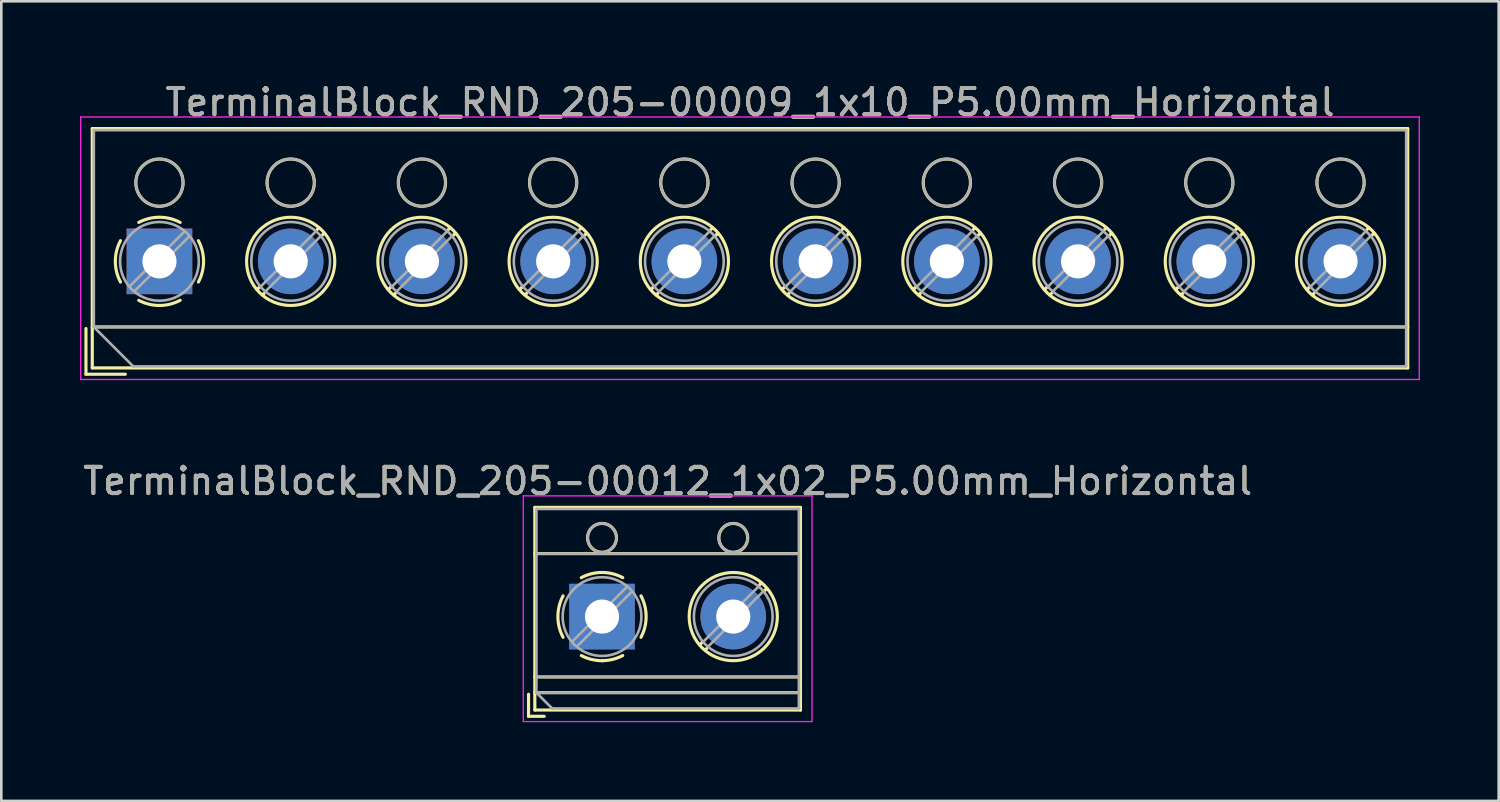
<source format=kicad_pcb>
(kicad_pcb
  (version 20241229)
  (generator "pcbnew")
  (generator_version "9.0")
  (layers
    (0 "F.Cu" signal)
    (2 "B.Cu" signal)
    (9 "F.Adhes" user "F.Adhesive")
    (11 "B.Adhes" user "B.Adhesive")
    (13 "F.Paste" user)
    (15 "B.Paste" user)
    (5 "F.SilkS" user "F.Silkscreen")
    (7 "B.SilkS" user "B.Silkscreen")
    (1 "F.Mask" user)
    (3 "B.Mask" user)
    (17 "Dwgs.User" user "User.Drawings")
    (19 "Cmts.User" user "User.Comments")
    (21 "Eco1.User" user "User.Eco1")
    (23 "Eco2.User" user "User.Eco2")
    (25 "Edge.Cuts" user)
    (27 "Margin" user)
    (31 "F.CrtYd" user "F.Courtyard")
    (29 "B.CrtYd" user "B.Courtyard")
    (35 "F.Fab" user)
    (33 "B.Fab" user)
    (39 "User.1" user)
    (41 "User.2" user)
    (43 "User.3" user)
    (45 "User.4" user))
  (footprint "TerminalBlock_RND_205-00012_1x02_P5.00mm_Horizontal"
    (layer "F.Cu")
    (at 19.887 20.442)
    (property "Reference" "TerminalBlock_RND_205-00012_1x02_P5.00mm_Horizontal" (at 2.5 -5.16 0) (layer "F.SilkS") (effects (font (size 1 1) (thickness 0.15))))
    (attr through_hole)
    (fp_line (start -2.8 2.96) (end -2.8 3.8) (stroke (width 0.12) (type solid)) (layer "F.SilkS"))
    (fp_line (start -2.8 3.8) (end -2.2 3.8) (stroke (width 0.12) (type solid)) (layer "F.SilkS"))
    (fp_line (start -2.56 -4.16) (end -2.56 3.561) (stroke (width 0.12) (type solid)) (layer "F.SilkS"))
    (fp_line (start -2.56 -4.16) (end 7.56 -4.16) (stroke (width 0.12) (type solid)) (layer "F.SilkS"))
    (fp_line (start -2.56 -2.4) (end 7.56 -2.4) (stroke (width 0.12) (type solid)) (layer "F.SilkS"))
    (fp_line (start -2.56 2.3) (end 7.56 2.3) (stroke (width 0.12) (type solid)) (layer "F.SilkS"))
    (fp_line (start -2.56 2.9) (end 7.56 2.9) (stroke (width 0.12) (type solid)) (layer "F.SilkS"))
    (fp_line (start -2.56 3.561) (end 7.56 3.561) (stroke (width 0.12) (type solid)) (layer "F.SilkS"))
    (fp_line (start 3.82 0.976) (end 3.726 1.069) (stroke (width 0.12) (type solid)) (layer "F.SilkS"))
    (fp_line (start 3.99 1.216) (end 3.931 1.274) (stroke (width 0.12) (type solid)) (layer "F.SilkS"))
    (fp_line (start 6.07 -1.275) (end 6.011 -1.216) (stroke (width 0.12) (type solid)) (layer "F.SilkS"))
    (fp_line (start 6.275 -1.069) (end 6.181 -0.976) (stroke (width 0.12) (type solid)) (layer "F.SilkS"))
    (fp_line (start 7.56 -4.16) (end 7.56 3.561) (stroke (width 0.12) (type solid)) (layer "F.SilkS"))
    (fp_arc (start -1.483953 0.789089) (mid -1.680708 0.00005) (end -1.484 -0.789) (stroke (width 0.12) (type solid)) (layer "F.SilkS"))
    (fp_arc (start -0.789089 -1.483953) (mid -0.00005 -1.680708) (end 0.789 -1.484) (stroke (width 0.12) (type solid)) (layer "F.SilkS"))
    (fp_arc (start 0.029383 1.68045) (mid -0.392304 1.634281) (end -0.789 1.484) (stroke (width 0.12) (type solid)) (layer "F.SilkS"))
    (fp_arc (start 0.788712 1.483352) (mid 0.406429 1.630097) (end 0 1.68) (stroke (width 0.12) (type solid)) (layer "F.SilkS"))
    (fp_arc (start 1.483953 -0.789089) (mid 1.680708 -0.00005) (end 1.484 0.789) (stroke (width 0.12) (type solid)) (layer "F.SilkS"))
    (fp_circle (center 0 -3) (end 0.55 -3) (stroke (width 0.12) (type solid)) (fill no) (layer "F.SilkS"))
    (fp_circle (center 5 -3) (end 5.55 -3) (stroke (width 0.12) (type solid)) (fill no) (layer "F.SilkS"))
    (fp_circle (center 5 0) (end 6.68 0) (stroke (width 0.12) (type solid)) (fill no) (layer "F.SilkS"))
    (fp_line (start -3 -4.6) (end -3 4) (stroke (width 0.05) (type solid)) (layer "F.CrtYd"))
    (fp_line (start -3 4) (end 8 4) (stroke (width 0.05) (type solid)) (layer "F.CrtYd"))
    (fp_line (start 8 -4.6) (end -3 -4.6) (stroke (width 0.05) (type solid)) (layer "F.CrtYd"))
    (fp_line (start 8 4) (end 8 -4.6) (stroke (width 0.05) (type solid)) (layer "F.CrtYd"))
    (fp_line (start -2.5 -4.1) (end 7.5 -4.1) (stroke (width 0.1) (type solid)) (layer "F.Fab"))
    (fp_line (start -2.5 -2.4) (end 7.5 -2.4) (stroke (width 0.1) (type solid)) (layer "F.Fab"))
    (fp_line (start -2.5 2.3) (end 7.5 2.3) (stroke (width 0.1) (type solid)) (layer "F.Fab"))
    (fp_line (start -2.5 2.9) (end -2.5 -4.1) (stroke (width 0.1) (type solid)) (layer "F.Fab"))
    (fp_line (start -2.5 2.9) (end 7.5 2.9) (stroke (width 0.1) (type solid)) (layer "F.Fab"))
    (fp_line (start -1.9 3.5) (end -2.5 2.9) (stroke (width 0.1) (type solid)) (layer "F.Fab"))
    (fp_line (start 0.955 -1.138) (end -1.138 0.955) (stroke (width 0.1) (type solid)) (layer "F.Fab"))
    (fp_line (start 1.138 -0.955) (end -0.955 1.138) (stroke (width 0.1) (type solid)) (layer "F.Fab"))
    (fp_line (start 5.955 -1.138) (end 3.863 0.955) (stroke (width 0.1) (type solid)) (layer "F.Fab"))
    (fp_line (start 6.138 -0.955) (end 4.046 1.138) (stroke (width 0.1) (type solid)) (layer "F.Fab"))
    (fp_line (start 7.5 -4.1) (end 7.5 3.5) (stroke (width 0.1) (type solid)) (layer "F.Fab"))
    (fp_line (start 7.5 3.5) (end -1.9 3.5) (stroke (width 0.1) (type solid)) (layer "F.Fab"))
    (fp_circle (center 0 -3) (end 0.55 -3) (stroke (width 0.1) (type solid)) (fill no) (layer "F.Fab"))
    (fp_circle (center 0 0) (end 1.5 0) (stroke (width 0.1) (type solid)) (fill no) (layer "F.Fab"))
    (fp_circle (center 5 -3) (end 5.55 -3) (stroke (width 0.1) (type solid)) (fill no) (layer "F.Fab"))
    (fp_circle (center 5 0) (end 6.5 0) (stroke (width 0.1) (type solid)) (fill no) (layer "F.Fab"))
    (fp_text user "${REFERENCE}" (at 2.5 -5.16 0) (layer "F.Fab") (effects (font (size 1 1) (thickness 0.15))))
    (pad "1" thru_hole rect (at 0 0) (size 2.5 2.5) (drill 1.3) (layers "*.Cu" "*.Mask"))
    (pad "2" thru_hole circle (at 5 0) (size 2.5 2.5) (drill 1.3) (layers "*.Cu" "*.Mask")))
  (footprint "TerminalBlock_RND_205-00009_1x10_P5.00mm_Horizontal"
    (layer "F.Cu")
    (at 3.025 6.908)
    (property "Reference" "TerminalBlock_RND_205-00009_1x10_P5.00mm_Horizontal" (at 22.5 -6.06 0) (layer "F.SilkS") (effects (font (size 1 1) (thickness 0.15))))
    (attr through_hole)
    (fp_line (start -2.8 2.56) (end -2.8 4.3) (stroke (width 0.12) (type solid)) (layer "F.SilkS"))
    (fp_line (start -2.8 4.3) (end -1.3 4.3) (stroke (width 0.12) (type solid)) (layer "F.SilkS"))
    (fp_line (start -2.56 -5.06) (end -2.56 4.06) (stroke (width 0.12) (type solid)) (layer "F.SilkS"))
    (fp_line (start -2.56 -5.06) (end 47.56 -5.06) (stroke (width 0.12) (type solid)) (layer "F.SilkS"))
    (fp_line (start -2.56 2.5) (end 47.56 2.5) (stroke (width 0.12) (type solid)) (layer "F.SilkS"))
    (fp_line (start -2.56 4.06) (end 47.56 4.06) (stroke (width 0.12) (type solid)) (layer "F.SilkS"))
    (fp_line (start 3.82 0.976) (end 3.726 1.069) (stroke (width 0.12) (type solid)) (layer "F.SilkS"))
    (fp_line (start 3.99 1.216) (end 3.931 1.274) (stroke (width 0.12) (type solid)) (layer "F.SilkS"))
    (fp_line (start 6.07 -1.275) (end 6.011 -1.216) (stroke (width 0.12) (type solid)) (layer "F.SilkS"))
    (fp_line (start 6.275 -1.069) (end 6.181 -0.976) (stroke (width 0.12) (type solid)) (layer "F.SilkS"))
    (fp_line (start 8.82 0.976) (end 8.726 1.069) (stroke (width 0.12) (type solid)) (layer "F.SilkS"))
    (fp_line (start 8.99 1.216) (end 8.931 1.274) (stroke (width 0.12) (type solid)) (layer "F.SilkS"))
    (fp_line (start 11.07 -1.275) (end 11.011 -1.216) (stroke (width 0.12) (type solid)) (layer "F.SilkS"))
    (fp_line (start 11.275 -1.069) (end 11.181 -0.976) (stroke (width 0.12) (type solid)) (layer "F.SilkS"))
    (fp_line (start 13.82 0.976) (end 13.726 1.069) (stroke (width 0.12) (type solid)) (layer "F.SilkS"))
    (fp_line (start 13.99 1.216) (end 13.931 1.274) (stroke (width 0.12) (type solid)) (layer "F.SilkS"))
    (fp_line (start 16.07 -1.275) (end 16.011 -1.216) (stroke (width 0.12) (type solid)) (layer "F.SilkS"))
    (fp_line (start 16.275 -1.069) (end 16.181 -0.976) (stroke (width 0.12) (type solid)) (layer "F.SilkS"))
    (fp_line (start 18.82 0.976) (end 18.726 1.069) (stroke (width 0.12) (type solid)) (layer "F.SilkS"))
    (fp_line (start 18.99 1.216) (end 18.931 1.274) (stroke (width 0.12) (type solid)) (layer "F.SilkS"))
    (fp_line (start 21.07 -1.275) (end 21.011 -1.216) (stroke (width 0.12) (type solid)) (layer "F.SilkS"))
    (fp_line (start 21.275 -1.069) (end 21.181 -0.976) (stroke (width 0.12) (type solid)) (layer "F.SilkS"))
    (fp_line (start 23.82 0.976) (end 23.726 1.069) (stroke (width 0.12) (type solid)) (layer "F.SilkS"))
    (fp_line (start 23.99 1.216) (end 23.931 1.274) (stroke (width 0.12) (type solid)) (layer "F.SilkS"))
    (fp_line (start 26.07 -1.275) (end 26.011 -1.216) (stroke (width 0.12) (type solid)) (layer "F.SilkS"))
    (fp_line (start 26.275 -1.069) (end 26.181 -0.976) (stroke (width 0.12) (type solid)) (layer "F.SilkS"))
    (fp_line (start 28.82 0.976) (end 28.726 1.069) (stroke (width 0.12) (type solid)) (layer "F.SilkS"))
    (fp_line (start 28.99 1.216) (end 28.931 1.274) (stroke (width 0.12) (type solid)) (layer "F.SilkS"))
    (fp_line (start 31.07 -1.275) (end 31.011 -1.216) (stroke (width 0.12) (type solid)) (layer "F.SilkS"))
    (fp_line (start 31.275 -1.069) (end 31.181 -0.976) (stroke (width 0.12) (type solid)) (layer "F.SilkS"))
    (fp_line (start 33.82 0.976) (end 33.726 1.069) (stroke (width 0.12) (type solid)) (layer "F.SilkS"))
    (fp_line (start 33.99 1.216) (end 33.931 1.274) (stroke (width 0.12) (type solid)) (layer "F.SilkS"))
    (fp_line (start 36.07 -1.275) (end 36.011 -1.216) (stroke (width 0.12) (type solid)) (layer "F.SilkS"))
    (fp_line (start 36.275 -1.069) (end 36.181 -0.976) (stroke (width 0.12) (type solid)) (layer "F.SilkS"))
    (fp_line (start 38.82 0.976) (end 38.726 1.069) (stroke (width 0.12) (type solid)) (layer "F.SilkS"))
    (fp_line (start 38.99 1.216) (end 38.931 1.274) (stroke (width 0.12) (type solid)) (layer "F.SilkS"))
    (fp_line (start 41.07 -1.275) (end 41.011 -1.216) (stroke (width 0.12) (type solid)) (layer "F.SilkS"))
    (fp_line (start 41.275 -1.069) (end 41.181 -0.976) (stroke (width 0.12) (type solid)) (layer "F.SilkS"))
    (fp_line (start 43.82 0.976) (end 43.726 1.069) (stroke (width 0.12) (type solid)) (layer "F.SilkS"))
    (fp_line (start 43.99 1.216) (end 43.931 1.274) (stroke (width 0.12) (type solid)) (layer "F.SilkS"))
    (fp_line (start 46.07 -1.275) (end 46.011 -1.216) (stroke (width 0.12) (type solid)) (layer "F.SilkS"))
    (fp_line (start 46.275 -1.069) (end 46.181 -0.976) (stroke (width 0.12) (type solid)) (layer "F.SilkS"))
    (fp_line (start 47.56 -5.06) (end 47.56 4.06) (stroke (width 0.12) (type solid)) (layer "F.SilkS"))
    (fp_arc (start -1.483953 0.789089) (mid -1.680708 0.00005) (end -1.484 -0.789) (stroke (width 0.12) (type solid)) (layer "F.SilkS"))
    (fp_arc (start -0.789089 -1.483953) (mid -0.00005 -1.680708) (end 0.789 -1.484) (stroke (width 0.12) (type solid)) (layer "F.SilkS"))
    (fp_arc (start 0.029383 1.68045) (mid -0.392304 1.634281) (end -0.789 1.484) (stroke (width 0.12) (type solid)) (layer "F.SilkS"))
    (fp_arc (start 0.788712 1.483352) (mid 0.406429 1.630097) (end 0 1.68) (stroke (width 0.12) (type solid)) (layer "F.SilkS"))
    (fp_arc (start 1.483953 -0.789089) (mid 1.680708 -0.00005) (end 1.484 0.789) (stroke (width 0.12) (type solid)) (layer "F.SilkS"))
    (fp_circle (center 0 -3) (end 0.9 -3) (stroke (width 0.12) (type solid)) (fill no) (layer "F.SilkS"))
    (fp_circle (center 5 -3) (end 5.9 -3) (stroke (width 0.12) (type solid)) (fill no) (layer "F.SilkS"))
    (fp_circle (center 5 0) (end 6.68 0) (stroke (width 0.12) (type solid)) (fill no) (layer "F.SilkS"))
    (fp_circle (center 10 -3) (end 10.9 -3) (stroke (width 0.12) (type solid)) (fill no) (layer "F.SilkS"))
    (fp_circle (center 10 0) (end 11.68 0) (stroke (width 0.12) (type solid)) (fill no) (layer "F.SilkS"))
    (fp_circle (center 15 -3) (end 15.9 -3) (stroke (width 0.12) (type solid)) (fill no) (layer "F.SilkS"))
    (fp_circle (center 15 0) (end 16.68 0) (stroke (width 0.12) (type solid)) (fill no) (layer "F.SilkS"))
    (fp_circle (center 20 -3) (end 20.9 -3) (stroke (width 0.12) (type solid)) (fill no) (layer "F.SilkS"))
    (fp_circle (center 20 0) (end 21.68 0) (stroke (width 0.12) (type solid)) (fill no) (layer "F.SilkS"))
    (fp_circle (center 25 -3) (end 25.9 -3) (stroke (width 0.12) (type solid)) (fill no) (layer "F.SilkS"))
    (fp_circle (center 25 0) (end 26.68 0) (stroke (width 0.12) (type solid)) (fill no) (layer "F.SilkS"))
    (fp_circle (center 30 -3) (end 30.9 -3) (stroke (width 0.12) (type solid)) (fill no) (layer "F.SilkS"))
    (fp_circle (center 30 0) (end 31.68 0) (stroke (width 0.12) (type solid)) (fill no) (layer "F.SilkS"))
    (fp_circle (center 35 -3) (end 35.9 -3) (stroke (width 0.12) (type solid)) (fill no) (layer "F.SilkS"))
    (fp_circle (center 35 0) (end 36.68 0) (stroke (width 0.12) (type solid)) (fill no) (layer "F.SilkS"))
    (fp_circle (center 40 -3) (end 40.9 -3) (stroke (width 0.12) (type solid)) (fill no) (layer "F.SilkS"))
    (fp_circle (center 40 0) (end 41.68 0) (stroke (width 0.12) (type solid)) (fill no) (layer "F.SilkS"))
    (fp_circle (center 45 -3) (end 45.9 -3) (stroke (width 0.12) (type solid)) (fill no) (layer "F.SilkS"))
    (fp_circle (center 45 0) (end 46.68 0) (stroke (width 0.12) (type solid)) (fill no) (layer "F.SilkS"))
    (fp_line (start -3 -5.5) (end -3 4.5) (stroke (width 0.05) (type solid)) (layer "F.CrtYd"))
    (fp_line (start -3 4.5) (end 48 4.5) (stroke (width 0.05) (type solid)) (layer "F.CrtYd"))
    (fp_line (start 48 -5.5) (end -3 -5.5) (stroke (width 0.05) (type solid)) (layer "F.CrtYd"))
    (fp_line (start 48 4.5) (end 48 -5.5) (stroke (width 0.05) (type solid)) (layer "F.CrtYd"))
    (fp_line (start -2.5 -5) (end 47.5 -5) (stroke (width 0.1) (type solid)) (layer "F.Fab"))
    (fp_line (start -2.5 2.5) (end -2.5 -5) (stroke (width 0.1) (type solid)) (layer "F.Fab"))
    (fp_line (start -2.5 2.5) (end 47.5 2.5) (stroke (width 0.1) (type solid)) (layer "F.Fab"))
    (fp_line (start -1 4) (end -2.5 2.5) (stroke (width 0.1) (type solid)) (layer "F.Fab"))
    (fp_line (start 0.955 -1.138) (end -1.138 0.955) (stroke (width 0.1) (type solid)) (layer "F.Fab"))
    (fp_line (start 1.138 -0.955) (end -0.955 1.138) (stroke (width 0.1) (type solid)) (layer "F.Fab"))
    (fp_line (start 5.955 -1.138) (end 3.863 0.955) (stroke (width 0.1) (type solid)) (layer "F.Fab"))
    (fp_line (start 6.138 -0.955) (end 4.046 1.138) (stroke (width 0.1) (type solid)) (layer "F.Fab"))
    (fp_line (start 10.955 -1.138) (end 8.863 0.955) (stroke (width 0.1) (type solid)) (layer "F.Fab"))
    (fp_line (start 11.138 -0.955) (end 9.046 1.138) (stroke (width 0.1) (type solid)) (layer "F.Fab"))
    (fp_line (start 15.955 -1.138) (end 13.863 0.955) (stroke (width 0.1) (type solid)) (layer "F.Fab"))
    (fp_line (start 16.138 -0.955) (end 14.046 1.138) (stroke (width 0.1) (type solid)) (layer "F.Fab"))
    (fp_line (start 20.955 -1.138) (end 18.863 0.955) (stroke (width 0.1) (type solid)) (layer "F.Fab"))
    (fp_line (start 21.138 -0.955) (end 19.046 1.138) (stroke (width 0.1) (type solid)) (layer "F.Fab"))
    (fp_line (start 25.955 -1.138) (end 23.863 0.955) (stroke (width 0.1) (type solid)) (layer "F.Fab"))
    (fp_line (start 26.138 -0.955) (end 24.046 1.138) (stroke (width 0.1) (type solid)) (layer "F.Fab"))
    (fp_line (start 30.955 -1.138) (end 28.863 0.955) (stroke (width 0.1) (type solid)) (layer "F.Fab"))
    (fp_line (start 31.138 -0.955) (end 29.046 1.138) (stroke (width 0.1) (type solid)) (layer "F.Fab"))
    (fp_line (start 35.955 -1.138) (end 33.863 0.955) (stroke (width 0.1) (type solid)) (layer "F.Fab"))
    (fp_line (start 36.138 -0.955) (end 34.046 1.138) (stroke (width 0.1) (type solid)) (layer "F.Fab"))
    (fp_line (start 40.955 -1.138) (end 38.863 0.955) (stroke (width 0.1) (type solid)) (layer "F.Fab"))
    (fp_line (start 41.138 -0.955) (end 39.046 1.138) (stroke (width 0.1) (type solid)) (layer "F.Fab"))
    (fp_line (start 45.955 -1.138) (end 43.863 0.955) (stroke (width 0.1) (type solid)) (layer "F.Fab"))
    (fp_line (start 46.138 -0.955) (end 44.046 1.138) (stroke (width 0.1) (type solid)) (layer "F.Fab"))
    (fp_line (start 47.5 -5) (end 47.5 4) (stroke (width 0.1) (type solid)) (layer "F.Fab"))
    (fp_line (start 47.5 4) (end -1 4) (stroke (width 0.1) (type solid)) (layer "F.Fab"))
    (fp_circle (center 0 -3) (end 0.9 -3) (stroke (width 0.1) (type solid)) (fill no) (layer "F.Fab"))
    (fp_circle (center 0 0) (end 1.5 0) (stroke (width 0.1) (type solid)) (fill no) (layer "F.Fab"))
    (fp_circle (center 5 -3) (end 5.9 -3) (stroke (width 0.1) (type solid)) (fill no) (layer "F.Fab"))
    (fp_circle (center 5 0) (end 6.5 0) (stroke (width 0.1) (type solid)) (fill no) (layer "F.Fab"))
    (fp_circle (center 10 -3) (end 10.9 -3) (stroke (width 0.1) (type solid)) (fill no) (layer "F.Fab"))
    (fp_circle (center 10 0) (end 11.5 0) (stroke (width 0.1) (type solid)) (fill no) (layer "F.Fab"))
    (fp_circle (center 15 -3) (end 15.9 -3) (stroke (width 0.1) (type solid)) (fill no) (layer "F.Fab"))
    (fp_circle (center 15 0) (end 16.5 0) (stroke (width 0.1) (type solid)) (fill no) (layer "F.Fab"))
    (fp_circle (center 20 -3) (end 20.9 -3) (stroke (width 0.1) (type solid)) (fill no) (layer "F.Fab"))
    (fp_circle (center 20 0) (end 21.5 0) (stroke (width 0.1) (type solid)) (fill no) (layer "F.Fab"))
    (fp_circle (center 25 -3) (end 25.9 -3) (stroke (width 0.1) (type solid)) (fill no) (layer "F.Fab"))
    (fp_circle (center 25 0) (end 26.5 0) (stroke (width 0.1) (type solid)) (fill no) (layer "F.Fab"))
    (fp_circle (center 30 -3) (end 30.9 -3) (stroke (width 0.1) (type solid)) (fill no) (layer "F.Fab"))
    (fp_circle (center 30 0) (end 31.5 0) (stroke (width 0.1) (type solid)) (fill no) (layer "F.Fab"))
    (fp_circle (center 35 -3) (end 35.9 -3) (stroke (width 0.1) (type solid)) (fill no) (layer "F.Fab"))
    (fp_circle (center 35 0) (end 36.5 0) (stroke (width 0.1) (type solid)) (fill no) (layer "F.Fab"))
    (fp_circle (center 40 -3) (end 40.9 -3) (stroke (width 0.1) (type solid)) (fill no) (layer "F.Fab"))
    (fp_circle (center 40 0) (end 41.5 0) (stroke (width 0.1) (type solid)) (fill no) (layer "F.Fab"))
    (fp_circle (center 45 -3) (end 45.9 -3) (stroke (width 0.1) (type solid)) (fill no) (layer "F.Fab"))
    (fp_circle (center 45 0) (end 46.5 0) (stroke (width 0.1) (type solid)) (fill no) (layer "F.Fab"))
    (fp_text user "${REFERENCE}" (at 22.5 -6.06 0) (layer "F.Fab") (effects (font (size 1 1) (thickness 0.15))))
    (pad "1" thru_hole rect (at 0 0) (size 2.5 2.5) (drill 1.3) (layers "*.Cu" "*.Mask"))
    (pad "2" thru_hole circle (at 5 0) (size 2.5 2.5) (drill 1.3) (layers "*.Cu" "*.Mask"))
    (pad "3" thru_hole circle (at 10 0) (size 2.5 2.5) (drill 1.3) (layers "*.Cu" "*.Mask"))
    (pad "4" thru_hole circle (at 15 0) (size 2.5 2.5) (drill 1.3) (layers "*.Cu" "*.Mask"))
    (pad "5" thru_hole circle (at 20 0) (size 2.5 2.5) (drill 1.3) (layers "*.Cu" "*.Mask"))
    (pad "6" thru_hole circle (at 25 0) (size 2.5 2.5) (drill 1.3) (layers "*.Cu" "*.Mask"))
    (pad "7" thru_hole circle (at 30 0) (size 2.5 2.5) (drill 1.3) (layers "*.Cu" "*.Mask"))
    (pad "8" thru_hole circle (at 35 0) (size 2.5 2.5) (drill 1.3) (layers "*.Cu" "*.Mask"))
    (pad "9" thru_hole circle (at 40 0) (size 2.5 2.5) (drill 1.3) (layers "*.Cu" "*.Mask"))
    (pad "10" thru_hole circle (at 45 0) (size 2.5 2.5) (drill 1.3) (layers "*.Cu" "*.Mask")))
  (gr_rect
    (start -3 -3)
    (end 54.05 27.466)
    (stroke (width 0.1) (type default))
    (fill no)
    (layer "Edge.Cuts")))
</source>
